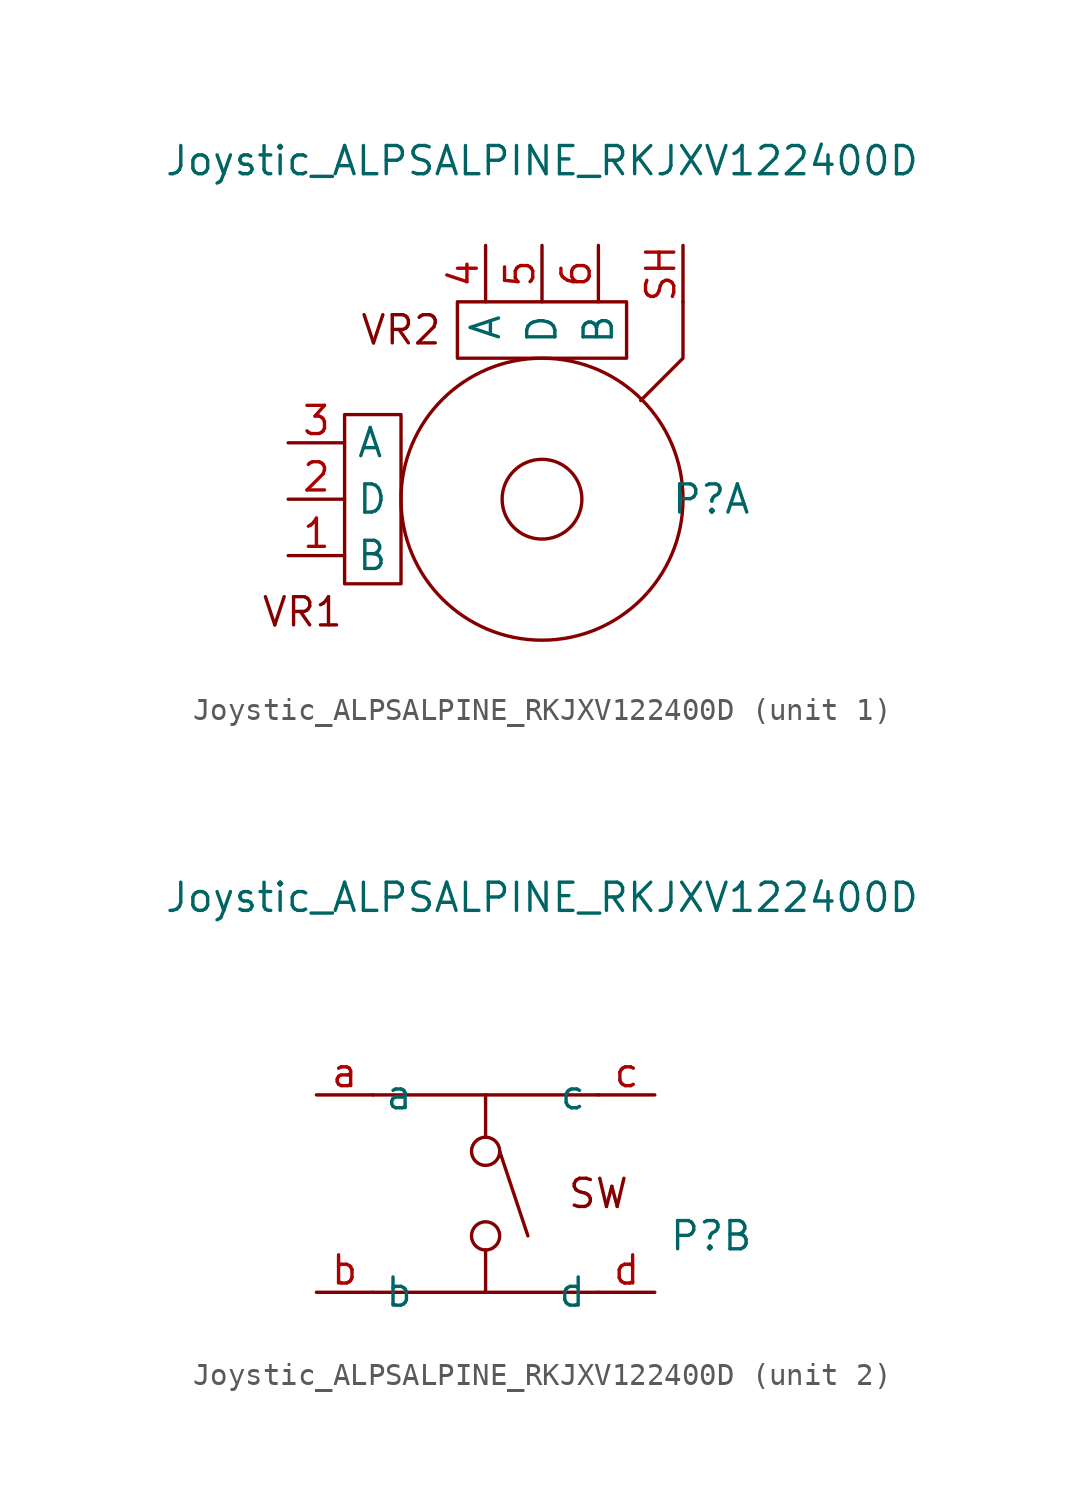
<source format=kicad_sym>
(kicad_symbol_lib
  (version 20211014)
  (generator kicad_symbol_editor)
  (symbol "Joystic_ALPSALPINE_RKJXV122400D"
    (property "Reference" "P"
      (at 7.62 0 0)
      (effects (font (size 1.27 1.27))))
    (property "Value" "Joystic_ALPSALPINE_RKJXV122400D"
      (at 0 15.24 0)
      (effects (font (size 1.27 1.27))))
    (symbol "Joystic_ALPSALPINE_RKJXV122400D_0_0"
      (text "" (at -3.175 1.905 0) (effects (font (size 1.27 1.27))))
      (text "" (at 1.905 4.445 0) (effects (font (size 1.27 1.27))))
      (text "" (at 15.24 3.81 0) (effects (font (size 1.27 1.27)))))
    (symbol "Joystic_ALPSALPINE_RKJXV122400D_1_0"
      (text "VR1" (at -10.795 -5.08 0) (effects (font (size 1.27 1.27))))
      (text "VR2" (at -6.35 7.62 0) (effects (font (size 1.27 1.27)))))
    (symbol "Joystic_ALPSALPINE_RKJXV122400D_1_1"
      (rectangle (start -8.89 -3.81) (end -6.35 3.81) (stroke (width 0) (type default) (color 0 0 0 0)) (fill (type none)))
      (rectangle (start -3.81 8.89) (end 3.81 6.35) (stroke (width 0) (type default) (color 0 0 0 0)) (fill (type none)))
      (polyline (pts (xy 4.445 4.445) (xy 6.35 6.35) (xy 6.35 8.89)) (stroke (width 0) (type default) (color 0 0 0 0)) (fill (type none)))
      (circle (center 0 0) (radius 1.796) (stroke (width 0) (type default) (color 0 0 0 0)) (fill (type none)))
      (circle (center 0 0) (radius 6.35) (stroke (width 0) (type default) (color 0 0 0 0)) (fill (type none)))
      (pin power_in line (at -11.43 -2.54 0) (length 2.54) (name "B" (effects (font (size 1.27 1.27)))) (number "1" (effects (font (size 1.27 1.27)))))
      (pin output line (at -11.43 0 0) (length 2.54) (name "D" (effects (font (size 1.27 1.27)))) (number "2" (effects (font (size 1.27 1.27)))))
      (pin power_in line (at -11.43 2.54 0) (length 2.54) (name "A" (effects (font (size 1.27 1.27)))) (number "3" (effects (font (size 1.27 1.27)))))
      (pin power_in line (at -2.54 11.43 270) (length 2.54) (name "A" (effects (font (size 1.27 1.27)))) (number "4" (effects (font (size 1.27 1.27)))))
      (pin output line (at 0 11.43 270) (length 2.54) (name "D" (effects (font (size 1.27 1.27)))) (number "5" (effects (font (size 1.27 1.27)))))
      (pin power_in line (at 2.54 11.43 270) (length 2.54) (name "B" (effects (font (size 1.27 1.27)))) (number "6" (effects (font (size 1.27 1.27)))))
      (pin power_in line (at 6.35 11.43 270) (length 2.54) (name "" (effects (font (size 1.27 1.27)))) (number "SH" (effects (font (size 1.27 1.27))))))
    (symbol "Joystic_ALPSALPINE_RKJXV122400D_2_0"
      (circle (center -2.54 0) (radius 0.635) (stroke (width 0) (type default) (color 0 0 0 0)) (fill (type none)))
      (circle (center -2.54 3.81) (radius 0.635) (stroke (width 0) (type default) (color 0 0 0 0)) (fill (type none)))
      (polyline (pts (xy -7.62 6.35) (xy 2.54 6.35)) (stroke (width 0) (type default) (color 0 0 0 0)) (fill (type none)))
      (polyline (pts (xy -2.54 6.35) (xy -2.54 4.445)) (stroke (width 0) (type default) (color 0 0 0 0)) (fill (type none)))
      (polyline (pts (xy -1.905 3.81) (xy -0.635 0)) (stroke (width 0) (type default) (color 0 0 0 0)) (fill (type none)))
      (polyline (pts (xy 2.54 -2.54) (xy -7.62 -2.54)) (stroke (width 0) (type default) (color 0 0 0 0)) (fill (type none)))
      (polyline (pts (xy -2.54 -2.54) (xy -2.54 -1.27) (xy -2.54 -0.635)) (stroke (width 0) (type default) (color 0 0 0 0)) (fill (type none)))
      (text "SW" (at 2.54 1.905 0) (effects (font (size 1.27 1.27)))))
    (symbol "Joystic_ALPSALPINE_RKJXV122400D_2_1"
      (pin bidirectional line (at -10.16 6.35 0) (length 2.54) (name "a" (effects (font (size 1.27 1.27)))) (number "a" (effects (font (size 1.27 1.27)))))
      (pin bidirectional line (at -10.16 -2.54 0) (length 2.54) (name "b" (effects (font (size 1.27 1.27)))) (number "b" (effects (font (size 1.27 1.27)))))
      (pin bidirectional line (at 5.08 6.35 180) (length 2.54) (name "c" (effects (font (size 1.27 1.27)))) (number "c" (effects (font (size 1.27 1.27)))))
      (pin bidirectional line (at 5.08 -2.54 180) (length 2.54) (name "d" (effects (font (size 1.27 1.27)))) (number "d" (effects (font (size 1.27 1.27))))))))
</source>
